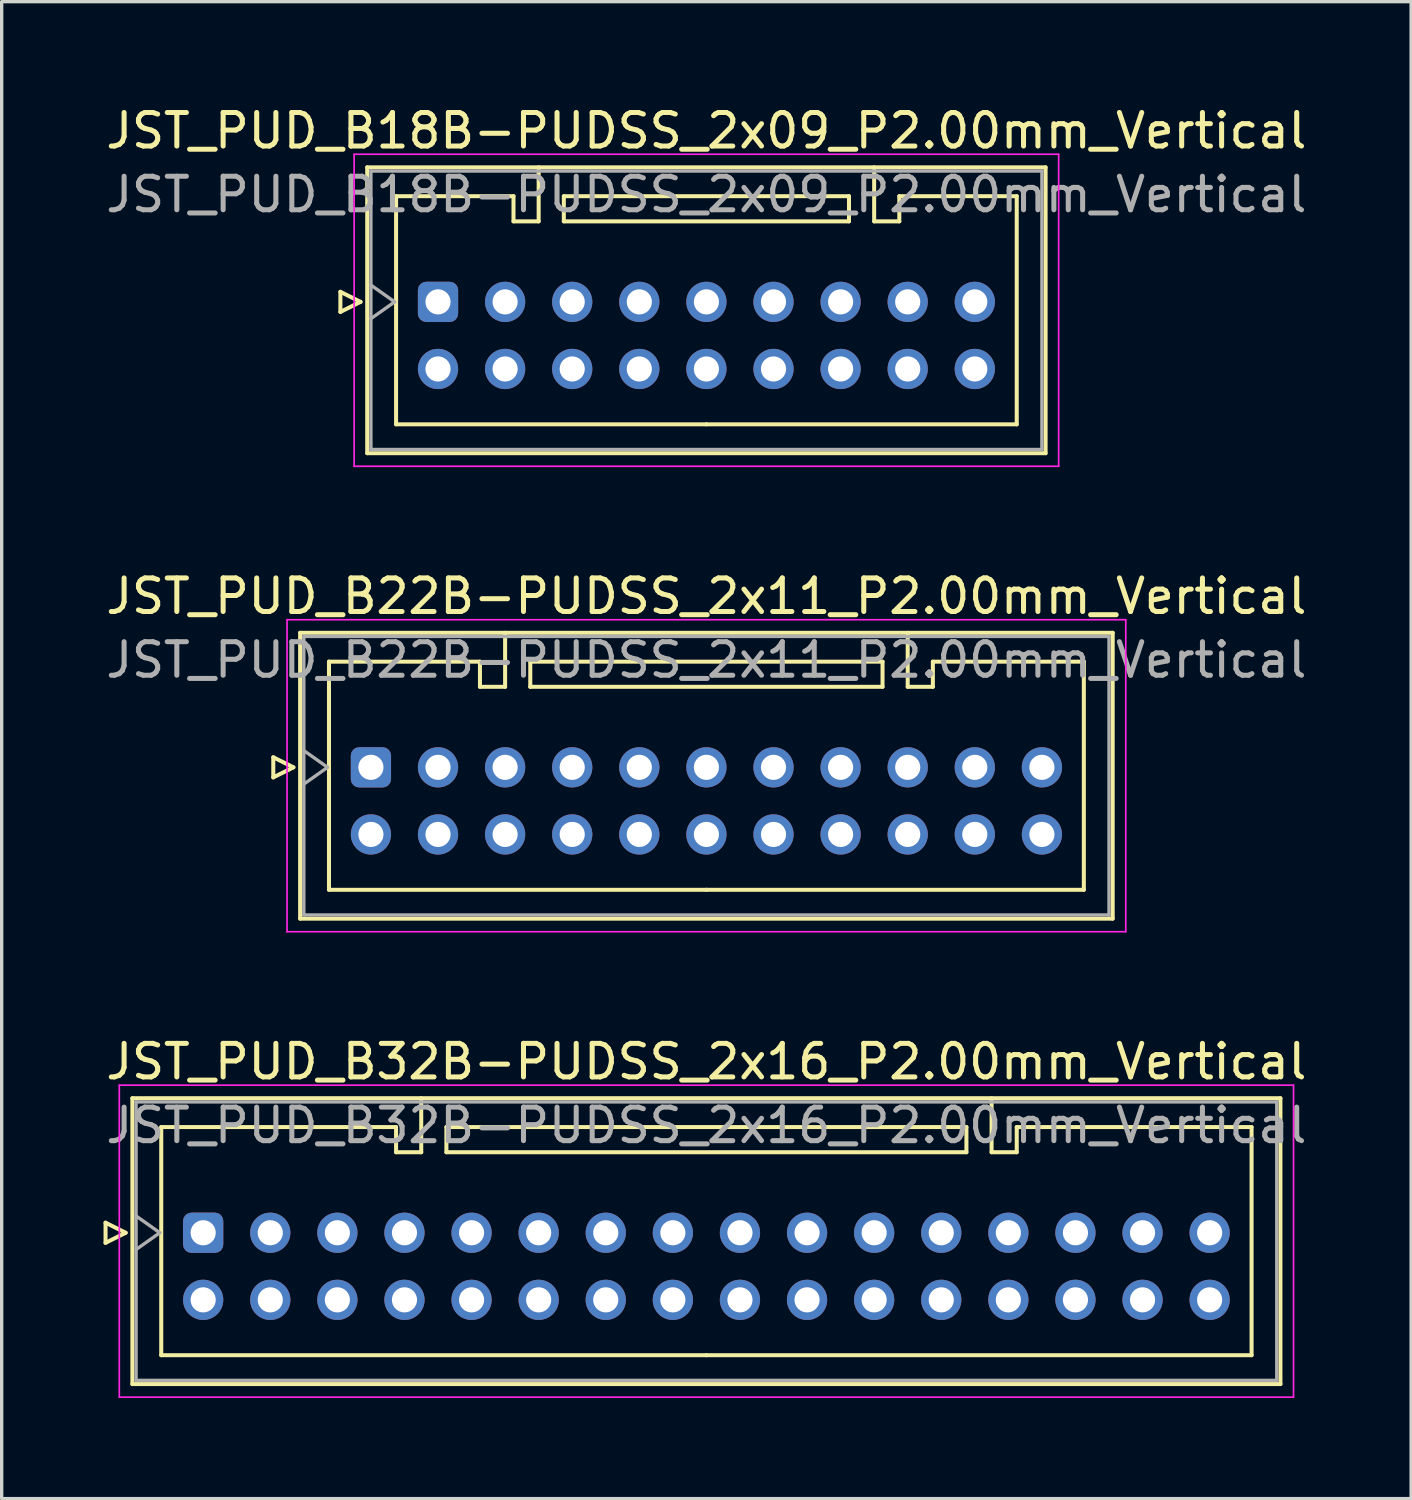
<source format=kicad_pcb>
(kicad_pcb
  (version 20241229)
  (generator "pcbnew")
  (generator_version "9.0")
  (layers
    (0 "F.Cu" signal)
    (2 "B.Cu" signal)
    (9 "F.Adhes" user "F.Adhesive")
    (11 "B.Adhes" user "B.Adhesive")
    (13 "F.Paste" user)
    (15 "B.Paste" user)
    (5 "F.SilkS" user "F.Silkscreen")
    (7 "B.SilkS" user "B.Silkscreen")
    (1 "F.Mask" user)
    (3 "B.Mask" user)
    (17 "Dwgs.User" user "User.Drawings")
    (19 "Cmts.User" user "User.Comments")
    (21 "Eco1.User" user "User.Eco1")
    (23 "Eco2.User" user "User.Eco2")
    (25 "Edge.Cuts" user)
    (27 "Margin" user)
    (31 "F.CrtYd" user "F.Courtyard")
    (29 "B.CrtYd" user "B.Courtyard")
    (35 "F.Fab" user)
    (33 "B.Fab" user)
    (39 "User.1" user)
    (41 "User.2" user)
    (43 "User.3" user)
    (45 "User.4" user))
  (footprint "JST_PUD_B22B-PUDSS_2x11_P2.00mm_Vertical"
    (layer "F.Cu")
    (at 8.006 19.822)
    (property "Reference" "JST_PUD_B22B-PUDSS_2x11_P2.00mm_Vertical" (at 10 -5.1 0) (layer "F.SilkS") (effects (font (size 1 1) (thickness 0.15))))
    (attr through_hole)
    (fp_line (start -2.91 -0.3) (end -2.31 0) (stroke (width 0.12) (type solid)) (layer "F.SilkS"))
    (fp_line (start -2.91 0.3) (end -2.91 -0.3) (stroke (width 0.12) (type solid)) (layer "F.SilkS"))
    (fp_line (start -2.31 0) (end -2.91 0.3) (stroke (width 0.12) (type solid)) (layer "F.SilkS"))
    (fp_line (start -2.11 -4.01) (end -2.11 4.51) (stroke (width 0.12) (type solid)) (layer "F.SilkS"))
    (fp_line (start -2.11 4.51) (end 22.11 4.51) (stroke (width 0.12) (type solid)) (layer "F.SilkS"))
    (fp_line (start -1.25 -3.15) (end -1.25 3.65) (stroke (width 0.12) (type solid)) (layer "F.SilkS"))
    (fp_line (start -1.25 3.65) (end 10 3.65) (stroke (width 0.12) (type solid)) (layer "F.SilkS"))
    (fp_line (start 3.25 -3.15) (end -1.25 -3.15) (stroke (width 0.12) (type solid)) (layer "F.SilkS"))
    (fp_line (start 3.25 -2.4) (end 3.25 -3.15) (stroke (width 0.12) (type solid)) (layer "F.SilkS"))
    (fp_line (start 4 -4.01) (end 4 -2.4) (stroke (width 0.12) (type solid)) (layer "F.SilkS"))
    (fp_line (start 4 -2.4) (end 3.25 -2.4) (stroke (width 0.12) (type solid)) (layer "F.SilkS"))
    (fp_line (start 4.75 -3.15) (end 4.75 -2.4) (stroke (width 0.12) (type solid)) (layer "F.SilkS"))
    (fp_line (start 4.75 -2.4) (end 15.25 -2.4) (stroke (width 0.12) (type solid)) (layer "F.SilkS"))
    (fp_line (start 15.25 -3.15) (end 4.75 -3.15) (stroke (width 0.12) (type solid)) (layer "F.SilkS"))
    (fp_line (start 15.25 -2.4) (end 15.25 -3.15) (stroke (width 0.12) (type solid)) (layer "F.SilkS"))
    (fp_line (start 16 -4.01) (end 16 -2.4) (stroke (width 0.12) (type solid)) (layer "F.SilkS"))
    (fp_line (start 16 -2.4) (end 16.75 -2.4) (stroke (width 0.12) (type solid)) (layer "F.SilkS"))
    (fp_line (start 16.75 -3.15) (end 21.25 -3.15) (stroke (width 0.12) (type solid)) (layer "F.SilkS"))
    (fp_line (start 16.75 -2.4) (end 16.75 -3.15) (stroke (width 0.12) (type solid)) (layer "F.SilkS"))
    (fp_line (start 21.25 -3.15) (end 21.25 3.65) (stroke (width 0.12) (type solid)) (layer "F.SilkS"))
    (fp_line (start 21.25 3.65) (end 10 3.65) (stroke (width 0.12) (type solid)) (layer "F.SilkS"))
    (fp_line (start 22.11 -4.01) (end -2.11 -4.01) (stroke (width 0.12) (type solid)) (layer "F.SilkS"))
    (fp_line (start 22.11 4.51) (end 22.11 -4.01) (stroke (width 0.12) (type solid)) (layer "F.SilkS"))
    (fp_line (start -2.5 -4.4) (end -2.5 4.9) (stroke (width 0.05) (type solid)) (layer "F.CrtYd"))
    (fp_line (start -2.5 4.9) (end 22.5 4.9) (stroke (width 0.05) (type solid)) (layer "F.CrtYd"))
    (fp_line (start 22.5 -4.4) (end -2.5 -4.4) (stroke (width 0.05) (type solid)) (layer "F.CrtYd"))
    (fp_line (start 22.5 4.9) (end 22.5 -4.4) (stroke (width 0.05) (type solid)) (layer "F.CrtYd"))
    (fp_line (start -2 -3.9) (end -2 4.4) (stroke (width 0.1) (type solid)) (layer "F.Fab"))
    (fp_line (start -2 0.5) (end -1.293 0) (stroke (width 0.1) (type solid)) (layer "F.Fab"))
    (fp_line (start -2 4.4) (end 22 4.4) (stroke (width 0.1) (type solid)) (layer "F.Fab"))
    (fp_line (start -1.293 0) (end -2 -0.5) (stroke (width 0.1) (type solid)) (layer "F.Fab"))
    (fp_line (start 22 -3.9) (end -2 -3.9) (stroke (width 0.1) (type solid)) (layer "F.Fab"))
    (fp_line (start 22 4.4) (end 22 -3.9) (stroke (width 0.1) (type solid)) (layer "F.Fab"))
    (fp_text user "${REFERENCE}" (at 10 -3.2 0) (layer "F.Fab") (effects (font (size 1 1) (thickness 0.15))))
    (pad "1" thru_hole roundrect (at 0 0) (size 1.2 1.2) (drill 0.75) (layers "*.Cu" "*.Mask") (roundrect_rratio 0.208))
    (pad "2" thru_hole circle (at 0 2) (size 1.2 1.2) (drill 0.75) (layers "*.Cu" "*.Mask"))
    (pad "3" thru_hole circle (at 2 0) (size 1.2 1.2) (drill 0.75) (layers "*.Cu" "*.Mask"))
    (pad "4" thru_hole circle (at 2 2) (size 1.2 1.2) (drill 0.75) (layers "*.Cu" "*.Mask"))
    (pad "5" thru_hole circle (at 4 0) (size 1.2 1.2) (drill 0.75) (layers "*.Cu" "*.Mask"))
    (pad "6" thru_hole circle (at 4 2) (size 1.2 1.2) (drill 0.75) (layers "*.Cu" "*.Mask"))
    (pad "7" thru_hole circle (at 6 0) (size 1.2 1.2) (drill 0.75) (layers "*.Cu" "*.Mask"))
    (pad "8" thru_hole circle (at 6 2) (size 1.2 1.2) (drill 0.75) (layers "*.Cu" "*.Mask"))
    (pad "9" thru_hole circle (at 8 0) (size 1.2 1.2) (drill 0.75) (layers "*.Cu" "*.Mask"))
    (pad "10" thru_hole circle (at 8 2) (size 1.2 1.2) (drill 0.75) (layers "*.Cu" "*.Mask"))
    (pad "11" thru_hole circle (at 10 0) (size 1.2 1.2) (drill 0.75) (layers "*.Cu" "*.Mask"))
    (pad "12" thru_hole circle (at 10 2) (size 1.2 1.2) (drill 0.75) (layers "*.Cu" "*.Mask"))
    (pad "13" thru_hole circle (at 12 0) (size 1.2 1.2) (drill 0.75) (layers "*.Cu" "*.Mask"))
    (pad "14" thru_hole circle (at 12 2) (size 1.2 1.2) (drill 0.75) (layers "*.Cu" "*.Mask"))
    (pad "15" thru_hole circle (at 14 0) (size 1.2 1.2) (drill 0.75) (layers "*.Cu" "*.Mask"))
    (pad "16" thru_hole circle (at 14 2) (size 1.2 1.2) (drill 0.75) (layers "*.Cu" "*.Mask"))
    (pad "17" thru_hole circle (at 16 0) (size 1.2 1.2) (drill 0.75) (layers "*.Cu" "*.Mask"))
    (pad "18" thru_hole circle (at 16 2) (size 1.2 1.2) (drill 0.75) (layers "*.Cu" "*.Mask"))
    (pad "19" thru_hole circle (at 18 0) (size 1.2 1.2) (drill 0.75) (layers "*.Cu" "*.Mask"))
    (pad "20" thru_hole circle (at 18 2) (size 1.2 1.2) (drill 0.75) (layers "*.Cu" "*.Mask"))
    (pad "21" thru_hole circle (at 20 0) (size 1.2 1.2) (drill 0.75) (layers "*.Cu" "*.Mask"))
    (pad "22" thru_hole circle (at 20 2) (size 1.2 1.2) (drill 0.75) (layers "*.Cu" "*.Mask")))
  (footprint "JST_PUD_B18B-PUDSS_2x09_P2.00mm_Vertical"
    (layer "F.Cu")
    (at 10.006 5.948)
    (property "Reference" "JST_PUD_B18B-PUDSS_2x09_P2.00mm_Vertical" (at 8 -5.1 0) (layer "F.SilkS") (effects (font (size 1 1) (thickness 0.15))))
    (attr through_hole)
    (fp_line (start -2.91 -0.3) (end -2.31 0) (stroke (width 0.12) (type solid)) (layer "F.SilkS"))
    (fp_line (start -2.91 0.3) (end -2.91 -0.3) (stroke (width 0.12) (type solid)) (layer "F.SilkS"))
    (fp_line (start -2.31 0) (end -2.91 0.3) (stroke (width 0.12) (type solid)) (layer "F.SilkS"))
    (fp_line (start -2.11 -4.01) (end -2.11 4.51) (stroke (width 0.12) (type solid)) (layer "F.SilkS"))
    (fp_line (start -2.11 4.51) (end 18.11 4.51) (stroke (width 0.12) (type solid)) (layer "F.SilkS"))
    (fp_line (start -1.25 -3.15) (end -1.25 3.65) (stroke (width 0.12) (type solid)) (layer "F.SilkS"))
    (fp_line (start -1.25 3.65) (end 8 3.65) (stroke (width 0.12) (type solid)) (layer "F.SilkS"))
    (fp_line (start 2.25 -3.15) (end -1.25 -3.15) (stroke (width 0.12) (type solid)) (layer "F.SilkS"))
    (fp_line (start 2.25 -2.4) (end 2.25 -3.15) (stroke (width 0.12) (type solid)) (layer "F.SilkS"))
    (fp_line (start 3 -4.01) (end 3 -2.4) (stroke (width 0.12) (type solid)) (layer "F.SilkS"))
    (fp_line (start 3 -2.4) (end 2.25 -2.4) (stroke (width 0.12) (type solid)) (layer "F.SilkS"))
    (fp_line (start 3.75 -3.15) (end 3.75 -2.4) (stroke (width 0.12) (type solid)) (layer "F.SilkS"))
    (fp_line (start 3.75 -2.4) (end 12.25 -2.4) (stroke (width 0.12) (type solid)) (layer "F.SilkS"))
    (fp_line (start 12.25 -3.15) (end 3.75 -3.15) (stroke (width 0.12) (type solid)) (layer "F.SilkS"))
    (fp_line (start 12.25 -2.4) (end 12.25 -3.15) (stroke (width 0.12) (type solid)) (layer "F.SilkS"))
    (fp_line (start 13 -4.01) (end 13 -2.4) (stroke (width 0.12) (type solid)) (layer "F.SilkS"))
    (fp_line (start 13 -2.4) (end 13.75 -2.4) (stroke (width 0.12) (type solid)) (layer "F.SilkS"))
    (fp_line (start 13.75 -3.15) (end 17.25 -3.15) (stroke (width 0.12) (type solid)) (layer "F.SilkS"))
    (fp_line (start 13.75 -2.4) (end 13.75 -3.15) (stroke (width 0.12) (type solid)) (layer "F.SilkS"))
    (fp_line (start 17.25 -3.15) (end 17.25 3.65) (stroke (width 0.12) (type solid)) (layer "F.SilkS"))
    (fp_line (start 17.25 3.65) (end 8 3.65) (stroke (width 0.12) (type solid)) (layer "F.SilkS"))
    (fp_line (start 18.11 -4.01) (end -2.11 -4.01) (stroke (width 0.12) (type solid)) (layer "F.SilkS"))
    (fp_line (start 18.11 4.51) (end 18.11 -4.01) (stroke (width 0.12) (type solid)) (layer "F.SilkS"))
    (fp_line (start -2.5 -4.4) (end -2.5 4.9) (stroke (width 0.05) (type solid)) (layer "F.CrtYd"))
    (fp_line (start -2.5 4.9) (end 18.5 4.9) (stroke (width 0.05) (type solid)) (layer "F.CrtYd"))
    (fp_line (start 18.5 -4.4) (end -2.5 -4.4) (stroke (width 0.05) (type solid)) (layer "F.CrtYd"))
    (fp_line (start 18.5 4.9) (end 18.5 -4.4) (stroke (width 0.05) (type solid)) (layer "F.CrtYd"))
    (fp_line (start -2 -3.9) (end -2 4.4) (stroke (width 0.1) (type solid)) (layer "F.Fab"))
    (fp_line (start -2 0.5) (end -1.293 0) (stroke (width 0.1) (type solid)) (layer "F.Fab"))
    (fp_line (start -2 4.4) (end 18 4.4) (stroke (width 0.1) (type solid)) (layer "F.Fab"))
    (fp_line (start -1.293 0) (end -2 -0.5) (stroke (width 0.1) (type solid)) (layer "F.Fab"))
    (fp_line (start 18 -3.9) (end -2 -3.9) (stroke (width 0.1) (type solid)) (layer "F.Fab"))
    (fp_line (start 18 4.4) (end 18 -3.9) (stroke (width 0.1) (type solid)) (layer "F.Fab"))
    (fp_text user "${REFERENCE}" (at 8 -3.2 0) (layer "F.Fab") (effects (font (size 1 1) (thickness 0.15))))
    (pad "1" thru_hole roundrect (at 0 0) (size 1.2 1.2) (drill 0.75) (layers "*.Cu" "*.Mask") (roundrect_rratio 0.208))
    (pad "2" thru_hole circle (at 0 2) (size 1.2 1.2) (drill 0.75) (layers "*.Cu" "*.Mask"))
    (pad "3" thru_hole circle (at 2 0) (size 1.2 1.2) (drill 0.75) (layers "*.Cu" "*.Mask"))
    (pad "4" thru_hole circle (at 2 2) (size 1.2 1.2) (drill 0.75) (layers "*.Cu" "*.Mask"))
    (pad "5" thru_hole circle (at 4 0) (size 1.2 1.2) (drill 0.75) (layers "*.Cu" "*.Mask"))
    (pad "6" thru_hole circle (at 4 2) (size 1.2 1.2) (drill 0.75) (layers "*.Cu" "*.Mask"))
    (pad "7" thru_hole circle (at 6 0) (size 1.2 1.2) (drill 0.75) (layers "*.Cu" "*.Mask"))
    (pad "8" thru_hole circle (at 6 2) (size 1.2 1.2) (drill 0.75) (layers "*.Cu" "*.Mask"))
    (pad "9" thru_hole circle (at 8 0) (size 1.2 1.2) (drill 0.75) (layers "*.Cu" "*.Mask"))
    (pad "10" thru_hole circle (at 8 2) (size 1.2 1.2) (drill 0.75) (layers "*.Cu" "*.Mask"))
    (pad "11" thru_hole circle (at 10 0) (size 1.2 1.2) (drill 0.75) (layers "*.Cu" "*.Mask"))
    (pad "12" thru_hole circle (at 10 2) (size 1.2 1.2) (drill 0.75) (layers "*.Cu" "*.Mask"))
    (pad "13" thru_hole circle (at 12 0) (size 1.2 1.2) (drill 0.75) (layers "*.Cu" "*.Mask"))
    (pad "14" thru_hole circle (at 12 2) (size 1.2 1.2) (drill 0.75) (layers "*.Cu" "*.Mask"))
    (pad "15" thru_hole circle (at 14 0) (size 1.2 1.2) (drill 0.75) (layers "*.Cu" "*.Mask"))
    (pad "16" thru_hole circle (at 14 2) (size 1.2 1.2) (drill 0.75) (layers "*.Cu" "*.Mask"))
    (pad "17" thru_hole circle (at 16 0) (size 1.2 1.2) (drill 0.75) (layers "*.Cu" "*.Mask"))
    (pad "18" thru_hole circle (at 16 2) (size 1.2 1.2) (drill 0.75) (layers "*.Cu" "*.Mask")))
  (footprint "JST_PUD_B32B-PUDSS_2x16_P2.00mm_Vertical"
    (layer "F.Cu")
    (at 3.006 33.695)
    (property "Reference" "JST_PUD_B32B-PUDSS_2x16_P2.00mm_Vertical" (at 15 -5.1 0) (layer "F.SilkS") (effects (font (size 1 1) (thickness 0.15))))
    (attr through_hole)
    (fp_line (start -2.91 -0.3) (end -2.31 0) (stroke (width 0.12) (type solid)) (layer "F.SilkS"))
    (fp_line (start -2.91 0.3) (end -2.91 -0.3) (stroke (width 0.12) (type solid)) (layer "F.SilkS"))
    (fp_line (start -2.31 0) (end -2.91 0.3) (stroke (width 0.12) (type solid)) (layer "F.SilkS"))
    (fp_line (start -2.11 -4.01) (end -2.11 4.51) (stroke (width 0.12) (type solid)) (layer "F.SilkS"))
    (fp_line (start -2.11 4.51) (end 32.11 4.51) (stroke (width 0.12) (type solid)) (layer "F.SilkS"))
    (fp_line (start -1.25 -3.15) (end -1.25 3.65) (stroke (width 0.12) (type solid)) (layer "F.SilkS"))
    (fp_line (start -1.25 3.65) (end 15 3.65) (stroke (width 0.12) (type solid)) (layer "F.SilkS"))
    (fp_line (start 5.75 -3.15) (end -1.25 -3.15) (stroke (width 0.12) (type solid)) (layer "F.SilkS"))
    (fp_line (start 5.75 -2.4) (end 5.75 -3.15) (stroke (width 0.12) (type solid)) (layer "F.SilkS"))
    (fp_line (start 6.5 -4.01) (end 6.5 -2.4) (stroke (width 0.12) (type solid)) (layer "F.SilkS"))
    (fp_line (start 6.5 -2.4) (end 5.75 -2.4) (stroke (width 0.12) (type solid)) (layer "F.SilkS"))
    (fp_line (start 7.25 -3.15) (end 7.25 -2.4) (stroke (width 0.12) (type solid)) (layer "F.SilkS"))
    (fp_line (start 7.25 -2.4) (end 22.75 -2.4) (stroke (width 0.12) (type solid)) (layer "F.SilkS"))
    (fp_line (start 22.75 -3.15) (end 7.25 -3.15) (stroke (width 0.12) (type solid)) (layer "F.SilkS"))
    (fp_line (start 22.75 -2.4) (end 22.75 -3.15) (stroke (width 0.12) (type solid)) (layer "F.SilkS"))
    (fp_line (start 23.5 -4.01) (end 23.5 -2.4) (stroke (width 0.12) (type solid)) (layer "F.SilkS"))
    (fp_line (start 23.5 -2.4) (end 24.25 -2.4) (stroke (width 0.12) (type solid)) (layer "F.SilkS"))
    (fp_line (start 24.25 -3.15) (end 31.25 -3.15) (stroke (width 0.12) (type solid)) (layer "F.SilkS"))
    (fp_line (start 24.25 -2.4) (end 24.25 -3.15) (stroke (width 0.12) (type solid)) (layer "F.SilkS"))
    (fp_line (start 31.25 -3.15) (end 31.25 3.65) (stroke (width 0.12) (type solid)) (layer "F.SilkS"))
    (fp_line (start 31.25 3.65) (end 15 3.65) (stroke (width 0.12) (type solid)) (layer "F.SilkS"))
    (fp_line (start 32.11 -4.01) (end -2.11 -4.01) (stroke (width 0.12) (type solid)) (layer "F.SilkS"))
    (fp_line (start 32.11 4.51) (end 32.11 -4.01) (stroke (width 0.12) (type solid)) (layer "F.SilkS"))
    (fp_line (start -2.5 -4.4) (end -2.5 4.9) (stroke (width 0.05) (type solid)) (layer "F.CrtYd"))
    (fp_line (start -2.5 4.9) (end 32.5 4.9) (stroke (width 0.05) (type solid)) (layer "F.CrtYd"))
    (fp_line (start 32.5 -4.4) (end -2.5 -4.4) (stroke (width 0.05) (type solid)) (layer "F.CrtYd"))
    (fp_line (start 32.5 4.9) (end 32.5 -4.4) (stroke (width 0.05) (type solid)) (layer "F.CrtYd"))
    (fp_line (start -2 -3.9) (end -2 4.4) (stroke (width 0.1) (type solid)) (layer "F.Fab"))
    (fp_line (start -2 0.5) (end -1.293 0) (stroke (width 0.1) (type solid)) (layer "F.Fab"))
    (fp_line (start -2 4.4) (end 32 4.4) (stroke (width 0.1) (type solid)) (layer "F.Fab"))
    (fp_line (start -1.293 0) (end -2 -0.5) (stroke (width 0.1) (type solid)) (layer "F.Fab"))
    (fp_line (start 32 -3.9) (end -2 -3.9) (stroke (width 0.1) (type solid)) (layer "F.Fab"))
    (fp_line (start 32 4.4) (end 32 -3.9) (stroke (width 0.1) (type solid)) (layer "F.Fab"))
    (fp_text user "${REFERENCE}" (at 15 -3.2 0) (layer "F.Fab") (effects (font (size 1 1) (thickness 0.15))))
    (pad "1" thru_hole roundrect (at 0 0) (size 1.2 1.2) (drill 0.75) (layers "*.Cu" "*.Mask") (roundrect_rratio 0.208))
    (pad "2" thru_hole circle (at 0 2) (size 1.2 1.2) (drill 0.75) (layers "*.Cu" "*.Mask"))
    (pad "3" thru_hole circle (at 2 0) (size 1.2 1.2) (drill 0.75) (layers "*.Cu" "*.Mask"))
    (pad "4" thru_hole circle (at 2 2) (size 1.2 1.2) (drill 0.75) (layers "*.Cu" "*.Mask"))
    (pad "5" thru_hole circle (at 4 0) (size 1.2 1.2) (drill 0.75) (layers "*.Cu" "*.Mask"))
    (pad "6" thru_hole circle (at 4 2) (size 1.2 1.2) (drill 0.75) (layers "*.Cu" "*.Mask"))
    (pad "7" thru_hole circle (at 6 0) (size 1.2 1.2) (drill 0.75) (layers "*.Cu" "*.Mask"))
    (pad "8" thru_hole circle (at 6 2) (size 1.2 1.2) (drill 0.75) (layers "*.Cu" "*.Mask"))
    (pad "9" thru_hole circle (at 8 0) (size 1.2 1.2) (drill 0.75) (layers "*.Cu" "*.Mask"))
    (pad "10" thru_hole circle (at 8 2) (size 1.2 1.2) (drill 0.75) (layers "*.Cu" "*.Mask"))
    (pad "11" thru_hole circle (at 10 0) (size 1.2 1.2) (drill 0.75) (layers "*.Cu" "*.Mask"))
    (pad "12" thru_hole circle (at 10 2) (size 1.2 1.2) (drill 0.75) (layers "*.Cu" "*.Mask"))
    (pad "13" thru_hole circle (at 12 0) (size 1.2 1.2) (drill 0.75) (layers "*.Cu" "*.Mask"))
    (pad "14" thru_hole circle (at 12 2) (size 1.2 1.2) (drill 0.75) (layers "*.Cu" "*.Mask"))
    (pad "15" thru_hole circle (at 14 0) (size 1.2 1.2) (drill 0.75) (layers "*.Cu" "*.Mask"))
    (pad "16" thru_hole circle (at 14 2) (size 1.2 1.2) (drill 0.75) (layers "*.Cu" "*.Mask"))
    (pad "17" thru_hole circle (at 16 0) (size 1.2 1.2) (drill 0.75) (layers "*.Cu" "*.Mask"))
    (pad "18" thru_hole circle (at 16 2) (size 1.2 1.2) (drill 0.75) (layers "*.Cu" "*.Mask"))
    (pad "19" thru_hole circle (at 18 0) (size 1.2 1.2) (drill 0.75) (layers "*.Cu" "*.Mask"))
    (pad "20" thru_hole circle (at 18 2) (size 1.2 1.2) (drill 0.75) (layers "*.Cu" "*.Mask"))
    (pad "21" thru_hole circle (at 20 0) (size 1.2 1.2) (drill 0.75) (layers "*.Cu" "*.Mask"))
    (pad "22" thru_hole circle (at 20 2) (size 1.2 1.2) (drill 0.75) (layers "*.Cu" "*.Mask"))
    (pad "23" thru_hole circle (at 22 0) (size 1.2 1.2) (drill 0.75) (layers "*.Cu" "*.Mask"))
    (pad "24" thru_hole circle (at 22 2) (size 1.2 1.2) (drill 0.75) (layers "*.Cu" "*.Mask"))
    (pad "25" thru_hole circle (at 24 0) (size 1.2 1.2) (drill 0.75) (layers "*.Cu" "*.Mask"))
    (pad "26" thru_hole circle (at 24 2) (size 1.2 1.2) (drill 0.75) (layers "*.Cu" "*.Mask"))
    (pad "27" thru_hole circle (at 26 0) (size 1.2 1.2) (drill 0.75) (layers "*.Cu" "*.Mask"))
    (pad "28" thru_hole circle (at 26 2) (size 1.2 1.2) (drill 0.75) (layers "*.Cu" "*.Mask"))
    (pad "29" thru_hole circle (at 28 0) (size 1.2 1.2) (drill 0.75) (layers "*.Cu" "*.Mask"))
    (pad "30" thru_hole circle (at 28 2) (size 1.2 1.2) (drill 0.75) (layers "*.Cu" "*.Mask"))
    (pad "31" thru_hole circle (at 30 0) (size 1.2 1.2) (drill 0.75) (layers "*.Cu" "*.Mask"))
    (pad "32" thru_hole circle (at 30 2) (size 1.2 1.2) (drill 0.75) (layers "*.Cu" "*.Mask")))
  (gr_rect
    (start -3 -3)
    (end 39.012 41.62)
    (stroke (width 0.1) (type default))
    (fill no)
    (layer "Edge.Cuts")))
</source>
